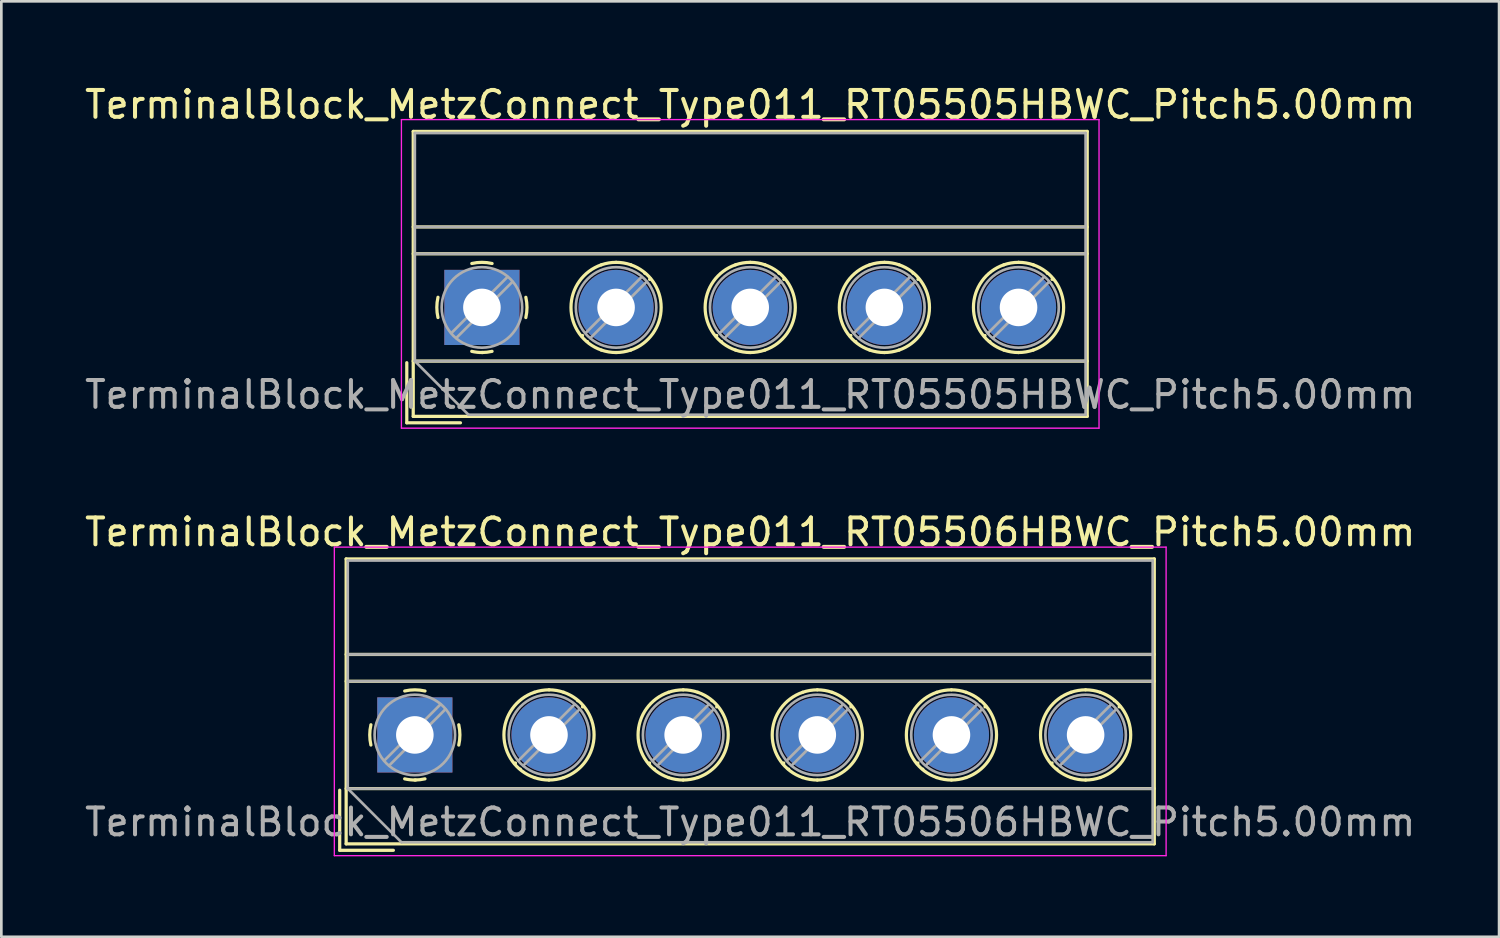
<source format=kicad_pcb>
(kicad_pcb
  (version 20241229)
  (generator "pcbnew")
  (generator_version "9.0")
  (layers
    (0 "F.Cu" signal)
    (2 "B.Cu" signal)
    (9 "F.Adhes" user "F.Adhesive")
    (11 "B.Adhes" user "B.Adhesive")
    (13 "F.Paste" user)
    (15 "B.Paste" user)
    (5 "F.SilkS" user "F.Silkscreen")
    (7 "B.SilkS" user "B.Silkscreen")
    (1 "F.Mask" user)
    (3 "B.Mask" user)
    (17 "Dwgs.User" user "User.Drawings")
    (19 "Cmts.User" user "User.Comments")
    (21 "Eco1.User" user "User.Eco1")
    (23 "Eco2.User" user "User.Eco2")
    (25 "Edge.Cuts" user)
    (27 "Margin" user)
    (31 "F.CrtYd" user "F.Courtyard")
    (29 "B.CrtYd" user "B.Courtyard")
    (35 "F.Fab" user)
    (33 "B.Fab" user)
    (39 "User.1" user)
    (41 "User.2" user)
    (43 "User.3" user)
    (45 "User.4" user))
  (footprint "TerminalBlock_MetzConnect_Type011_RT05505HBWC_Pitch5.00mm"
    (layer "F.Cu")
    (at 14.911 8.408)
    (property "Reference" "TerminalBlock_MetzConnect_Type011_RT05505HBWC_Pitch5.00mm" (at 10 -7.56 0) (layer "F.SilkS") (effects (font (size 1 1) (thickness 0.15))))
    (attr through_hole)
    (fp_line (start -2.8 2.06) (end -2.8 4.3) (stroke (width 0.12) (type solid)) (layer "F.SilkS"))
    (fp_line (start -2.8 4.3) (end -0.8 4.3) (stroke (width 0.12) (type solid)) (layer "F.SilkS"))
    (fp_line (start -2.56 -6.56) (end -2.56 4.06) (stroke (width 0.12) (type solid)) (layer "F.SilkS"))
    (fp_line (start -2.56 -3) (end 22.56 -3) (stroke (width 0.12) (type solid)) (layer "F.SilkS"))
    (fp_line (start -2.56 -2) (end 22.56 -2) (stroke (width 0.12) (type solid)) (layer "F.SilkS"))
    (fp_line (start -2.56 2) (end 22.56 2) (stroke (width 0.12) (type solid)) (layer "F.SilkS"))
    (fp_line (start -2.56 4.06) (end 22.56 4.06) (stroke (width 0.12) (type solid)) (layer "F.SilkS"))
    (fp_line (start 3.75 1.046) (end 3.726 1.069) (stroke (width 0.12) (type solid)) (layer "F.SilkS"))
    (fp_line (start 3.931 1.274) (end 3.931 1.274) (stroke (width 0.12) (type solid)) (layer "F.SilkS"))
    (fp_line (start 6.07 -1.275) (end 6.07 -1.275) (stroke (width 0.12) (type solid)) (layer "F.SilkS"))
    (fp_line (start 6.275 -1.069) (end 6.251 -1.046) (stroke (width 0.12) (type solid)) (layer "F.SilkS"))
    (fp_line (start 8.75 1.046) (end 8.726 1.069) (stroke (width 0.12) (type solid)) (layer "F.SilkS"))
    (fp_line (start 8.931 1.274) (end 8.931 1.274) (stroke (width 0.12) (type solid)) (layer "F.SilkS"))
    (fp_line (start 11.07 -1.275) (end 11.07 -1.275) (stroke (width 0.12) (type solid)) (layer "F.SilkS"))
    (fp_line (start 11.275 -1.069) (end 11.251 -1.046) (stroke (width 0.12) (type solid)) (layer "F.SilkS"))
    (fp_line (start 13.75 1.046) (end 13.726 1.069) (stroke (width 0.12) (type solid)) (layer "F.SilkS"))
    (fp_line (start 13.931 1.274) (end 13.931 1.274) (stroke (width 0.12) (type solid)) (layer "F.SilkS"))
    (fp_line (start 16.07 -1.275) (end 16.07 -1.275) (stroke (width 0.12) (type solid)) (layer "F.SilkS"))
    (fp_line (start 16.275 -1.069) (end 16.251 -1.046) (stroke (width 0.12) (type solid)) (layer "F.SilkS"))
    (fp_line (start 18.75 1.046) (end 18.726 1.069) (stroke (width 0.12) (type solid)) (layer "F.SilkS"))
    (fp_line (start 18.931 1.274) (end 18.931 1.274) (stroke (width 0.12) (type solid)) (layer "F.SilkS"))
    (fp_line (start 21.07 -1.275) (end 21.07 -1.275) (stroke (width 0.12) (type solid)) (layer "F.SilkS"))
    (fp_line (start 21.275 -1.069) (end 21.251 -1.046) (stroke (width 0.12) (type solid)) (layer "F.SilkS"))
    (fp_line (start 22.56 -6.56) (end -2.56 -6.56) (stroke (width 0.12) (type solid)) (layer "F.SilkS"))
    (fp_line (start 22.56 4.06) (end 22.56 -6.56) (stroke (width 0.12) (type solid)) (layer "F.SilkS"))
    (fp_arc (start -1.637469 0.376971) (mid -1.680301 -0.001041) (end -1.637 -0.379) (stroke (width 0.12) (type solid)) (layer "F.SilkS"))
    (fp_arc (start -0.376971 -1.637469) (mid 0.001041 -1.680301) (end 0.379 -1.637) (stroke (width 0.12) (type solid)) (layer "F.SilkS"))
    (fp_arc (start 0.028284 1.680063) (mid -0.176675 1.670987) (end -0.379 1.637) (stroke (width 0.12) (type solid)) (layer "F.SilkS"))
    (fp_arc (start 0.377918 1.636942) (mid 0.190182 1.669201) (end 0 1.68) (stroke (width 0.12) (type solid)) (layer "F.SilkS"))
    (fp_arc (start 1.63703 -0.377869) (mid 1.680075 0.000067) (end 1.637 0.378) (stroke (width 0.12) (type solid)) (layer "F.SilkS"))
    (fp_arc (start 4.451968 1.5883) (mid 3.319811 -0.001075) (end 4.454 -1.589) (stroke (width 0.12) (type solid)) (layer "F.SilkS"))
    (fp_arc (start 4.453991 -1.588797) (mid 4.723706 -1.657125) (end 5.001 -1.68) (stroke (width 0.12) (type solid)) (layer "F.SilkS"))
    (fp_arc (start 5.000129 1.680515) (mid 4.722762 1.657489) (end 4.453 1.589) (stroke (width 0.12) (type solid)) (layer "F.SilkS"))
    (fp_arc (start 5.000816 -1.68084) (mid 5.278224 -1.657654) (end 5.548 -1.589) (stroke (width 0.12) (type solid)) (layer "F.SilkS"))
    (fp_arc (start 5.546954 1.588471) (mid 5.27728 1.656959) (end 5 1.68) (stroke (width 0.12) (type solid)) (layer "F.SilkS"))
    (fp_arc (start 5.547244 -1.588916) (mid 6.680515 0.000129) (end 5.547 1.589) (stroke (width 0.12) (type solid)) (layer "F.SilkS"))
    (fp_arc (start 9.451968 1.5883) (mid 8.319811 -0.001075) (end 9.454 -1.589) (stroke (width 0.12) (type solid)) (layer "F.SilkS"))
    (fp_arc (start 9.453991 -1.588797) (mid 9.723706 -1.657125) (end 10.001 -1.68) (stroke (width 0.12) (type solid)) (layer "F.SilkS"))
    (fp_arc (start 10.000129 1.680515) (mid 9.722762 1.657489) (end 9.453 1.589) (stroke (width 0.12) (type solid)) (layer "F.SilkS"))
    (fp_arc (start 10.000816 -1.68084) (mid 10.278224 -1.657654) (end 10.548 -1.589) (stroke (width 0.12) (type solid)) (layer "F.SilkS"))
    (fp_arc (start 10.546954 1.588471) (mid 10.27728 1.656959) (end 10 1.68) (stroke (width 0.12) (type solid)) (layer "F.SilkS"))
    (fp_arc (start 10.547244 -1.588916) (mid 11.680515 0.000129) (end 10.547 1.589) (stroke (width 0.12) (type solid)) (layer "F.SilkS"))
    (fp_arc (start 14.451968 1.5883) (mid 13.319811 -0.001075) (end 14.454 -1.589) (stroke (width 0.12) (type solid)) (layer "F.SilkS"))
    (fp_arc (start 14.453991 -1.588797) (mid 14.723706 -1.657125) (end 15.001 -1.68) (stroke (width 0.12) (type solid)) (layer "F.SilkS"))
    (fp_arc (start 15.000129 1.680515) (mid 14.722762 1.657489) (end 14.453 1.589) (stroke (width 0.12) (type solid)) (layer "F.SilkS"))
    (fp_arc (start 15.000816 -1.68084) (mid 15.278224 -1.657654) (end 15.548 -1.589) (stroke (width 0.12) (type solid)) (layer "F.SilkS"))
    (fp_arc (start 15.546954 1.588471) (mid 15.27728 1.656959) (end 15 1.68) (stroke (width 0.12) (type solid)) (layer "F.SilkS"))
    (fp_arc (start 15.547244 -1.588916) (mid 16.680515 0.000129) (end 15.547 1.589) (stroke (width 0.12) (type solid)) (layer "F.SilkS"))
    (fp_arc (start 19.451968 1.5883) (mid 18.319811 -0.001075) (end 19.454 -1.589) (stroke (width 0.12) (type solid)) (layer "F.SilkS"))
    (fp_arc (start 19.453991 -1.588797) (mid 19.723706 -1.657125) (end 20.001 -1.68) (stroke (width 0.12) (type solid)) (layer "F.SilkS"))
    (fp_arc (start 20.000129 1.680515) (mid 19.722762 1.657489) (end 19.453 1.589) (stroke (width 0.12) (type solid)) (layer "F.SilkS"))
    (fp_arc (start 20.000816 -1.68084) (mid 20.278224 -1.657654) (end 20.548 -1.589) (stroke (width 0.12) (type solid)) (layer "F.SilkS"))
    (fp_arc (start 20.546954 1.588471) (mid 20.27728 1.656959) (end 20 1.68) (stroke (width 0.12) (type solid)) (layer "F.SilkS"))
    (fp_arc (start 20.547244 -1.588916) (mid 21.680515 0.000129) (end 20.547 1.589) (stroke (width 0.12) (type solid)) (layer "F.SilkS"))
    (fp_line (start -3 -7) (end -3 4.5) (stroke (width 0.05) (type solid)) (layer "F.CrtYd"))
    (fp_line (start -3 4.5) (end 23 4.5) (stroke (width 0.05) (type solid)) (layer "F.CrtYd"))
    (fp_line (start 23 -7) (end -3 -7) (stroke (width 0.05) (type solid)) (layer "F.CrtYd"))
    (fp_line (start 23 4.5) (end 23 -7) (stroke (width 0.05) (type solid)) (layer "F.CrtYd"))
    (fp_line (start -2.5 -6.5) (end 22.5 -6.5) (stroke (width 0.1) (type solid)) (layer "F.Fab"))
    (fp_line (start -2.5 -3) (end 22.5 -3) (stroke (width 0.1) (type solid)) (layer "F.Fab"))
    (fp_line (start -2.5 -2) (end 22.5 -2) (stroke (width 0.1) (type solid)) (layer "F.Fab"))
    (fp_line (start -2.5 2) (end -2.5 -6.5) (stroke (width 0.1) (type solid)) (layer "F.Fab"))
    (fp_line (start -2.5 2) (end 22.5 2) (stroke (width 0.1) (type solid)) (layer "F.Fab"))
    (fp_line (start -0.5 4) (end -2.5 2) (stroke (width 0.1) (type solid)) (layer "F.Fab"))
    (fp_line (start 0.955 -1.138) (end -1.138 0.955) (stroke (width 0.1) (type solid)) (layer "F.Fab"))
    (fp_line (start 1.138 -0.955) (end -0.955 1.138) (stroke (width 0.1) (type solid)) (layer "F.Fab"))
    (fp_line (start 5.955 -1.138) (end 3.863 0.955) (stroke (width 0.1) (type solid)) (layer "F.Fab"))
    (fp_line (start 6.138 -0.955) (end 4.046 1.138) (stroke (width 0.1) (type solid)) (layer "F.Fab"))
    (fp_line (start 10.955 -1.138) (end 8.863 0.955) (stroke (width 0.1) (type solid)) (layer "F.Fab"))
    (fp_line (start 11.138 -0.955) (end 9.046 1.138) (stroke (width 0.1) (type solid)) (layer "F.Fab"))
    (fp_line (start 15.955 -1.138) (end 13.863 0.955) (stroke (width 0.1) (type solid)) (layer "F.Fab"))
    (fp_line (start 16.138 -0.955) (end 14.046 1.138) (stroke (width 0.1) (type solid)) (layer "F.Fab"))
    (fp_line (start 20.955 -1.138) (end 18.863 0.955) (stroke (width 0.1) (type solid)) (layer "F.Fab"))
    (fp_line (start 21.138 -0.955) (end 19.046 1.138) (stroke (width 0.1) (type solid)) (layer "F.Fab"))
    (fp_line (start 22.5 -6.5) (end 22.5 4) (stroke (width 0.1) (type solid)) (layer "F.Fab"))
    (fp_line (start 22.5 4) (end -0.5 4) (stroke (width 0.1) (type solid)) (layer "F.Fab"))
    (fp_circle (center 0 0) (end 1.5 0) (stroke (width 0.1) (type solid)) (fill no) (layer "F.Fab"))
    (fp_circle (center 5 0) (end 6.5 0) (stroke (width 0.1) (type solid)) (fill no) (layer "F.Fab"))
    (fp_circle (center 10 0) (end 11.5 0) (stroke (width 0.1) (type solid)) (fill no) (layer "F.Fab"))
    (fp_circle (center 15 0) (end 16.5 0) (stroke (width 0.1) (type solid)) (fill no) (layer "F.Fab"))
    (fp_circle (center 20 0) (end 21.5 0) (stroke (width 0.1) (type solid)) (fill no) (layer "F.Fab"))
    (fp_text user "${REFERENCE}" (at 10 3.25 0) (layer "F.Fab") (effects (font (size 1 1) (thickness 0.15))))
    (pad "1" thru_hole rect (at 0 0) (size 2.8 2.8) (drill 1.4) (layers "*.Cu" "*.Mask"))
    (pad "2" thru_hole oval (at 5 0) (size 2.8 2.8) (drill 1.4) (layers "*.Cu" "*.Mask"))
    (pad "3" thru_hole oval (at 10 0) (size 2.8 2.8) (drill 1.4) (layers "*.Cu" "*.Mask"))
    (pad "4" thru_hole oval (at 15 0) (size 2.8 2.8) (drill 1.4) (layers "*.Cu" "*.Mask"))
    (pad "5" thru_hole oval (at 20 0) (size 2.8 2.8) (drill 1.4) (layers "*.Cu" "*.Mask")))
  (footprint "TerminalBlock_MetzConnect_Type011_RT05506HBWC_Pitch5.00mm"
    (layer "F.Cu")
    (at 12.411 24.341)
    (property "Reference" "TerminalBlock_MetzConnect_Type011_RT05506HBWC_Pitch5.00mm" (at 12.5 -7.56 0) (layer "F.SilkS") (effects (font (size 1 1) (thickness 0.15))))
    (attr through_hole)
    (fp_line (start -2.8 2.06) (end -2.8 4.3) (stroke (width 0.12) (type solid)) (layer "F.SilkS"))
    (fp_line (start -2.8 4.3) (end -0.8 4.3) (stroke (width 0.12) (type solid)) (layer "F.SilkS"))
    (fp_line (start -2.56 -6.56) (end -2.56 4.06) (stroke (width 0.12) (type solid)) (layer "F.SilkS"))
    (fp_line (start -2.56 -3) (end 27.56 -3) (stroke (width 0.12) (type solid)) (layer "F.SilkS"))
    (fp_line (start -2.56 -2) (end 27.56 -2) (stroke (width 0.12) (type solid)) (layer "F.SilkS"))
    (fp_line (start -2.56 2) (end 27.56 2) (stroke (width 0.12) (type solid)) (layer "F.SilkS"))
    (fp_line (start -2.56 4.06) (end 27.56 4.06) (stroke (width 0.12) (type solid)) (layer "F.SilkS"))
    (fp_line (start 3.75 1.046) (end 3.726 1.069) (stroke (width 0.12) (type solid)) (layer "F.SilkS"))
    (fp_line (start 3.931 1.274) (end 3.931 1.274) (stroke (width 0.12) (type solid)) (layer "F.SilkS"))
    (fp_line (start 6.07 -1.275) (end 6.07 -1.275) (stroke (width 0.12) (type solid)) (layer "F.SilkS"))
    (fp_line (start 6.275 -1.069) (end 6.251 -1.046) (stroke (width 0.12) (type solid)) (layer "F.SilkS"))
    (fp_line (start 8.75 1.046) (end 8.726 1.069) (stroke (width 0.12) (type solid)) (layer "F.SilkS"))
    (fp_line (start 8.931 1.274) (end 8.931 1.274) (stroke (width 0.12) (type solid)) (layer "F.SilkS"))
    (fp_line (start 11.07 -1.275) (end 11.07 -1.275) (stroke (width 0.12) (type solid)) (layer "F.SilkS"))
    (fp_line (start 11.275 -1.069) (end 11.251 -1.046) (stroke (width 0.12) (type solid)) (layer "F.SilkS"))
    (fp_line (start 13.75 1.046) (end 13.726 1.069) (stroke (width 0.12) (type solid)) (layer "F.SilkS"))
    (fp_line (start 13.931 1.274) (end 13.931 1.274) (stroke (width 0.12) (type solid)) (layer "F.SilkS"))
    (fp_line (start 16.07 -1.275) (end 16.07 -1.275) (stroke (width 0.12) (type solid)) (layer "F.SilkS"))
    (fp_line (start 16.275 -1.069) (end 16.251 -1.046) (stroke (width 0.12) (type solid)) (layer "F.SilkS"))
    (fp_line (start 18.75 1.046) (end 18.726 1.069) (stroke (width 0.12) (type solid)) (layer "F.SilkS"))
    (fp_line (start 18.931 1.274) (end 18.931 1.274) (stroke (width 0.12) (type solid)) (layer "F.SilkS"))
    (fp_line (start 21.07 -1.275) (end 21.07 -1.275) (stroke (width 0.12) (type solid)) (layer "F.SilkS"))
    (fp_line (start 21.275 -1.069) (end 21.251 -1.046) (stroke (width 0.12) (type solid)) (layer "F.SilkS"))
    (fp_line (start 23.75 1.046) (end 23.726 1.069) (stroke (width 0.12) (type solid)) (layer "F.SilkS"))
    (fp_line (start 23.931 1.274) (end 23.931 1.274) (stroke (width 0.12) (type solid)) (layer "F.SilkS"))
    (fp_line (start 26.07 -1.275) (end 26.07 -1.275) (stroke (width 0.12) (type solid)) (layer "F.SilkS"))
    (fp_line (start 26.275 -1.069) (end 26.251 -1.046) (stroke (width 0.12) (type solid)) (layer "F.SilkS"))
    (fp_line (start 27.56 -6.56) (end -2.56 -6.56) (stroke (width 0.12) (type solid)) (layer "F.SilkS"))
    (fp_line (start 27.56 4.06) (end 27.56 -6.56) (stroke (width 0.12) (type solid)) (layer "F.SilkS"))
    (fp_arc (start -1.637469 0.376971) (mid -1.680301 -0.001041) (end -1.637 -0.379) (stroke (width 0.12) (type solid)) (layer "F.SilkS"))
    (fp_arc (start -0.376971 -1.637469) (mid 0.001041 -1.680301) (end 0.379 -1.637) (stroke (width 0.12) (type solid)) (layer "F.SilkS"))
    (fp_arc (start 0.028284 1.680063) (mid -0.176675 1.670987) (end -0.379 1.637) (stroke (width 0.12) (type solid)) (layer "F.SilkS"))
    (fp_arc (start 0.377918 1.636942) (mid 0.190182 1.669201) (end 0 1.68) (stroke (width 0.12) (type solid)) (layer "F.SilkS"))
    (fp_arc (start 1.63703 -0.377869) (mid 1.680075 0.000067) (end 1.637 0.378) (stroke (width 0.12) (type solid)) (layer "F.SilkS"))
    (fp_arc (start 4.451968 1.5883) (mid 3.319811 -0.001075) (end 4.454 -1.589) (stroke (width 0.12) (type solid)) (layer "F.SilkS"))
    (fp_arc (start 4.453991 -1.588797) (mid 4.723706 -1.657125) (end 5.001 -1.68) (stroke (width 0.12) (type solid)) (layer "F.SilkS"))
    (fp_arc (start 5.000129 1.680515) (mid 4.722762 1.657489) (end 4.453 1.589) (stroke (width 0.12) (type solid)) (layer "F.SilkS"))
    (fp_arc (start 5.000816 -1.68084) (mid 5.278224 -1.657654) (end 5.548 -1.589) (stroke (width 0.12) (type solid)) (layer "F.SilkS"))
    (fp_arc (start 5.546954 1.588471) (mid 5.27728 1.656959) (end 5 1.68) (stroke (width 0.12) (type solid)) (layer "F.SilkS"))
    (fp_arc (start 5.547244 -1.588916) (mid 6.680515 0.000129) (end 5.547 1.589) (stroke (width 0.12) (type solid)) (layer "F.SilkS"))
    (fp_arc (start 9.451968 1.5883) (mid 8.319811 -0.001075) (end 9.454 -1.589) (stroke (width 0.12) (type solid)) (layer "F.SilkS"))
    (fp_arc (start 9.453991 -1.588797) (mid 9.723706 -1.657125) (end 10.001 -1.68) (stroke (width 0.12) (type solid)) (layer "F.SilkS"))
    (fp_arc (start 10.000129 1.680515) (mid 9.722762 1.657489) (end 9.453 1.589) (stroke (width 0.12) (type solid)) (layer "F.SilkS"))
    (fp_arc (start 10.000816 -1.68084) (mid 10.278224 -1.657654) (end 10.548 -1.589) (stroke (width 0.12) (type solid)) (layer "F.SilkS"))
    (fp_arc (start 10.546954 1.588471) (mid 10.27728 1.656959) (end 10 1.68) (stroke (width 0.12) (type solid)) (layer "F.SilkS"))
    (fp_arc (start 10.547244 -1.588916) (mid 11.680515 0.000129) (end 10.547 1.589) (stroke (width 0.12) (type solid)) (layer "F.SilkS"))
    (fp_arc (start 14.451968 1.5883) (mid 13.319811 -0.001075) (end 14.454 -1.589) (stroke (width 0.12) (type solid)) (layer "F.SilkS"))
    (fp_arc (start 14.453991 -1.588797) (mid 14.723706 -1.657125) (end 15.001 -1.68) (stroke (width 0.12) (type solid)) (layer "F.SilkS"))
    (fp_arc (start 15.000129 1.680515) (mid 14.722762 1.657489) (end 14.453 1.589) (stroke (width 0.12) (type solid)) (layer "F.SilkS"))
    (fp_arc (start 15.000816 -1.68084) (mid 15.278224 -1.657654) (end 15.548 -1.589) (stroke (width 0.12) (type solid)) (layer "F.SilkS"))
    (fp_arc (start 15.546954 1.588471) (mid 15.27728 1.656959) (end 15 1.68) (stroke (width 0.12) (type solid)) (layer "F.SilkS"))
    (fp_arc (start 15.547244 -1.588916) (mid 16.680515 0.000129) (end 15.547 1.589) (stroke (width 0.12) (type solid)) (layer "F.SilkS"))
    (fp_arc (start 19.451968 1.5883) (mid 18.319811 -0.001075) (end 19.454 -1.589) (stroke (width 0.12) (type solid)) (layer "F.SilkS"))
    (fp_arc (start 19.453991 -1.588797) (mid 19.723706 -1.657125) (end 20.001 -1.68) (stroke (width 0.12) (type solid)) (layer "F.SilkS"))
    (fp_arc (start 20.000129 1.680515) (mid 19.722762 1.657489) (end 19.453 1.589) (stroke (width 0.12) (type solid)) (layer "F.SilkS"))
    (fp_arc (start 20.000816 -1.68084) (mid 20.278224 -1.657654) (end 20.548 -1.589) (stroke (width 0.12) (type solid)) (layer "F.SilkS"))
    (fp_arc (start 20.546954 1.588471) (mid 20.27728 1.656959) (end 20 1.68) (stroke (width 0.12) (type solid)) (layer "F.SilkS"))
    (fp_arc (start 20.547244 -1.588916) (mid 21.680515 0.000129) (end 20.547 1.589) (stroke (width 0.12) (type solid)) (layer "F.SilkS"))
    (fp_arc (start 24.451968 1.5883) (mid 23.319811 -0.001075) (end 24.454 -1.589) (stroke (width 0.12) (type solid)) (layer "F.SilkS"))
    (fp_arc (start 24.453991 -1.588797) (mid 24.723706 -1.657125) (end 25.001 -1.68) (stroke (width 0.12) (type solid)) (layer "F.SilkS"))
    (fp_arc (start 25.000129 1.680515) (mid 24.722762 1.657489) (end 24.453 1.589) (stroke (width 0.12) (type solid)) (layer "F.SilkS"))
    (fp_arc (start 25.000816 -1.68084) (mid 25.278224 -1.657654) (end 25.548 -1.589) (stroke (width 0.12) (type solid)) (layer "F.SilkS"))
    (fp_arc (start 25.546954 1.588471) (mid 25.27728 1.656959) (end 25 1.68) (stroke (width 0.12) (type solid)) (layer "F.SilkS"))
    (fp_arc (start 25.547244 -1.588916) (mid 26.680515 0.000129) (end 25.547 1.589) (stroke (width 0.12) (type solid)) (layer "F.SilkS"))
    (fp_line (start -3 -7) (end -3 4.5) (stroke (width 0.05) (type solid)) (layer "F.CrtYd"))
    (fp_line (start -3 4.5) (end 28 4.5) (stroke (width 0.05) (type solid)) (layer "F.CrtYd"))
    (fp_line (start 28 -7) (end -3 -7) (stroke (width 0.05) (type solid)) (layer "F.CrtYd"))
    (fp_line (start 28 4.5) (end 28 -7) (stroke (width 0.05) (type solid)) (layer "F.CrtYd"))
    (fp_line (start -2.5 -6.5) (end 27.5 -6.5) (stroke (width 0.1) (type solid)) (layer "F.Fab"))
    (fp_line (start -2.5 -3) (end 27.5 -3) (stroke (width 0.1) (type solid)) (layer "F.Fab"))
    (fp_line (start -2.5 -2) (end 27.5 -2) (stroke (width 0.1) (type solid)) (layer "F.Fab"))
    (fp_line (start -2.5 2) (end -2.5 -6.5) (stroke (width 0.1) (type solid)) (layer "F.Fab"))
    (fp_line (start -2.5 2) (end 27.5 2) (stroke (width 0.1) (type solid)) (layer "F.Fab"))
    (fp_line (start -0.5 4) (end -2.5 2) (stroke (width 0.1) (type solid)) (layer "F.Fab"))
    (fp_line (start 0.955 -1.138) (end -1.138 0.955) (stroke (width 0.1) (type solid)) (layer "F.Fab"))
    (fp_line (start 1.138 -0.955) (end -0.955 1.138) (stroke (width 0.1) (type solid)) (layer "F.Fab"))
    (fp_line (start 5.955 -1.138) (end 3.863 0.955) (stroke (width 0.1) (type solid)) (layer "F.Fab"))
    (fp_line (start 6.138 -0.955) (end 4.046 1.138) (stroke (width 0.1) (type solid)) (layer "F.Fab"))
    (fp_line (start 10.955 -1.138) (end 8.863 0.955) (stroke (width 0.1) (type solid)) (layer "F.Fab"))
    (fp_line (start 11.138 -0.955) (end 9.046 1.138) (stroke (width 0.1) (type solid)) (layer "F.Fab"))
    (fp_line (start 15.955 -1.138) (end 13.863 0.955) (stroke (width 0.1) (type solid)) (layer "F.Fab"))
    (fp_line (start 16.138 -0.955) (end 14.046 1.138) (stroke (width 0.1) (type solid)) (layer "F.Fab"))
    (fp_line (start 20.955 -1.138) (end 18.863 0.955) (stroke (width 0.1) (type solid)) (layer "F.Fab"))
    (fp_line (start 21.138 -0.955) (end 19.046 1.138) (stroke (width 0.1) (type solid)) (layer "F.Fab"))
    (fp_line (start 25.955 -1.138) (end 23.863 0.955) (stroke (width 0.1) (type solid)) (layer "F.Fab"))
    (fp_line (start 26.138 -0.955) (end 24.046 1.138) (stroke (width 0.1) (type solid)) (layer "F.Fab"))
    (fp_line (start 27.5 -6.5) (end 27.5 4) (stroke (width 0.1) (type solid)) (layer "F.Fab"))
    (fp_line (start 27.5 4) (end -0.5 4) (stroke (width 0.1) (type solid)) (layer "F.Fab"))
    (fp_circle (center 0 0) (end 1.5 0) (stroke (width 0.1) (type solid)) (fill no) (layer "F.Fab"))
    (fp_circle (center 5 0) (end 6.5 0) (stroke (width 0.1) (type solid)) (fill no) (layer "F.Fab"))
    (fp_circle (center 10 0) (end 11.5 0) (stroke (width 0.1) (type solid)) (fill no) (layer "F.Fab"))
    (fp_circle (center 15 0) (end 16.5 0) (stroke (width 0.1) (type solid)) (fill no) (layer "F.Fab"))
    (fp_circle (center 20 0) (end 21.5 0) (stroke (width 0.1) (type solid)) (fill no) (layer "F.Fab"))
    (fp_circle (center 25 0) (end 26.5 0) (stroke (width 0.1) (type solid)) (fill no) (layer "F.Fab"))
    (fp_text user "${REFERENCE}" (at 12.5 3.25 0) (layer "F.Fab") (effects (font (size 1 1) (thickness 0.15))))
    (pad "1" thru_hole rect (at 0 0) (size 2.8 2.8) (drill 1.4) (layers "*.Cu" "*.Mask"))
    (pad "2" thru_hole oval (at 5 0) (size 2.8 2.8) (drill 1.4) (layers "*.Cu" "*.Mask"))
    (pad "3" thru_hole oval (at 10 0) (size 2.8 2.8) (drill 1.4) (layers "*.Cu" "*.Mask"))
    (pad "4" thru_hole oval (at 15 0) (size 2.8 2.8) (drill 1.4) (layers "*.Cu" "*.Mask"))
    (pad "5" thru_hole oval (at 20 0) (size 2.8 2.8) (drill 1.4) (layers "*.Cu" "*.Mask"))
    (pad "6" thru_hole oval (at 25 0) (size 2.8 2.8) (drill 1.4) (layers "*.Cu" "*.Mask")))
  (gr_rect
    (start -3 -3)
    (end 52.821 31.866)
    (stroke (width 0.1) (type default))
    (fill no)
    (layer "Edge.Cuts")))
</source>
